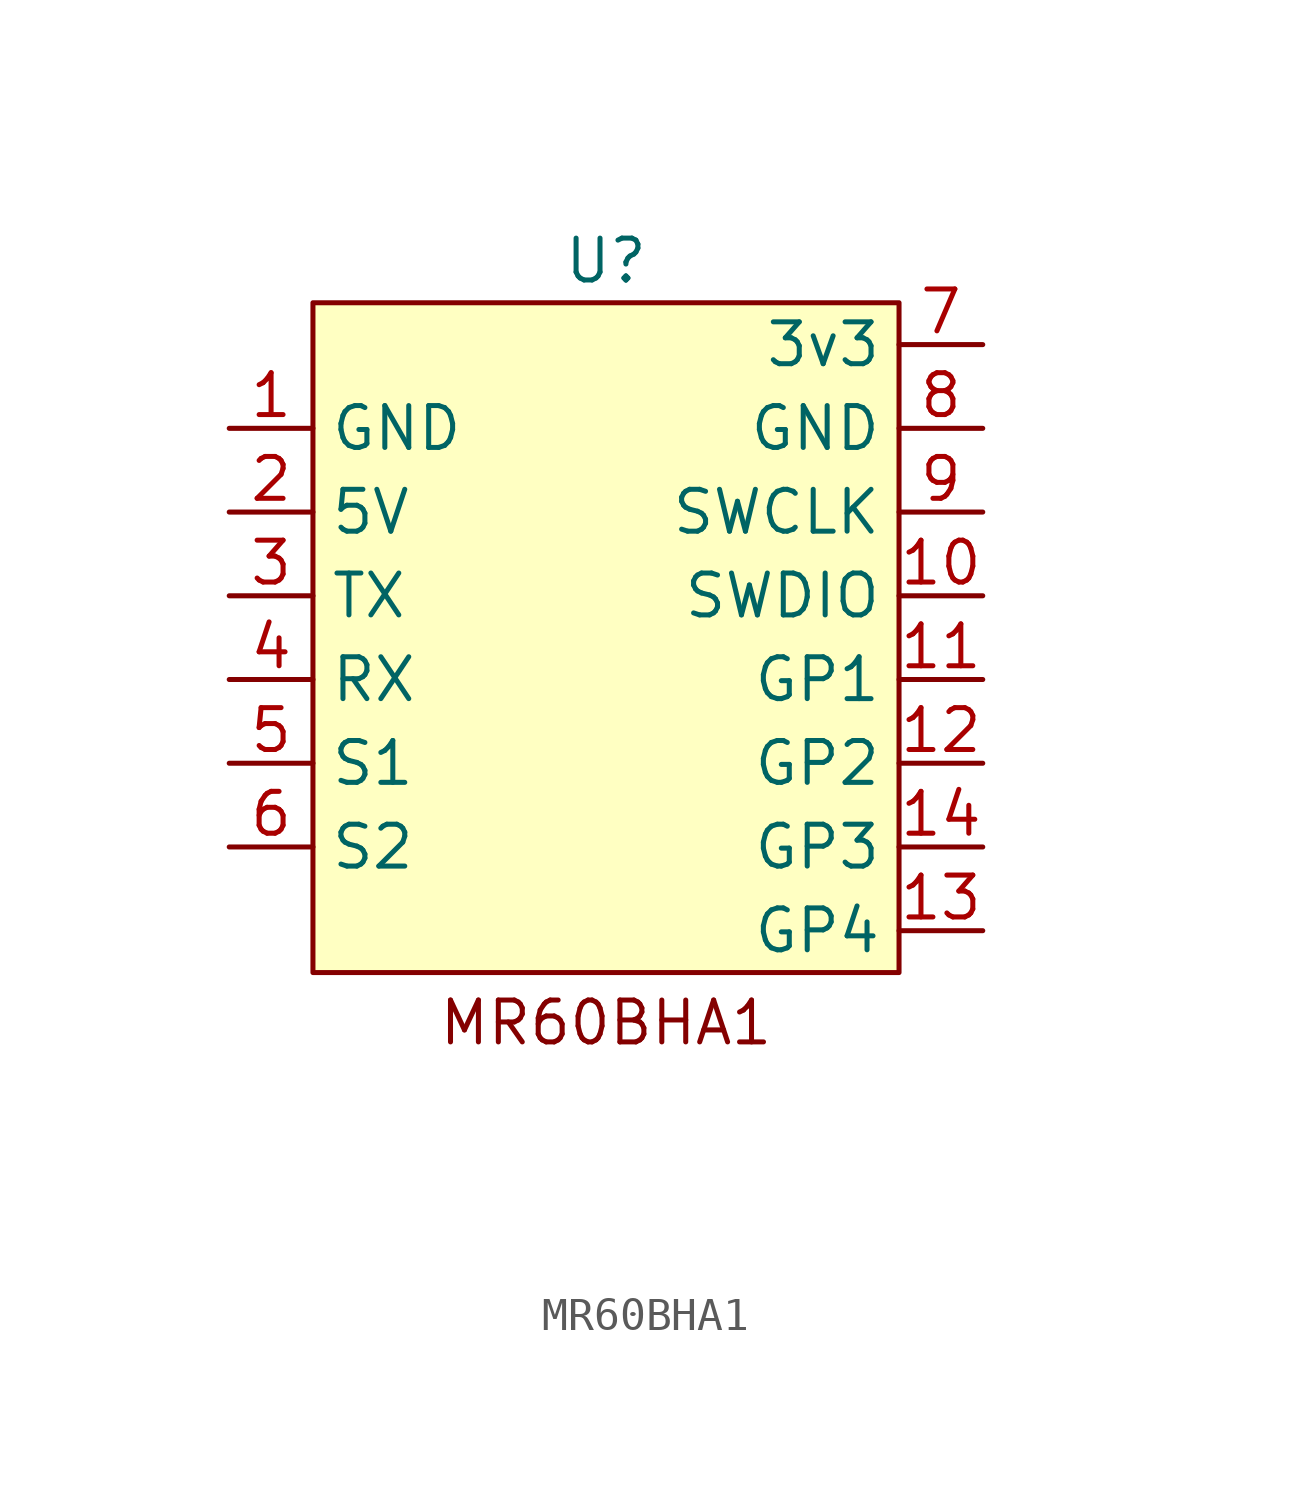
<source format=kicad_sym>
(kicad_symbol_lib
  (version 20231120)
  (generator "kicad_symbol_editor")
  (generator_version "8.0")
  (symbol "MR60BHA1"
    (property "Reference" "U"
      (at 0 11.43 0)
      (effects (font (size 1.27 1.27))))
    (property "Value" ""
      (at 13.97 -16.51 0)
      (effects (font (size 1.27 1.27))))
    (symbol "MR60BHA1_1_1"
      (rectangle (start -8.89 10.16) (end 8.89 -10.16) (stroke (width 0) (type default)) (fill (type background)))
      (text "MR60BHA1" (at 0 -11.684 0) (effects (font (size 1.27 1.27))))
      (pin power_in line (at -11.43 6.35 0) (length 2.54) (name "GND" (effects (font (size 1.27 1.27)))) (number "1" (effects (font (size 1.27 1.27)))))
      (pin bidirectional line (at 11.43 1.27 180) (length 2.54) (name "SWDIO" (effects (font (size 1.27 1.27)))) (number "10" (effects (font (size 1.27 1.27)))))
      (pin bidirectional line (at 11.43 -1.27 180) (length 2.54) (name "GP1" (effects (font (size 1.27 1.27)))) (number "11" (effects (font (size 1.27 1.27)))))
      (pin bidirectional line (at 11.43 -3.81 180) (length 2.54) (name "GP2" (effects (font (size 1.27 1.27)))) (number "12" (effects (font (size 1.27 1.27)))))
      (pin bidirectional line (at 11.43 -8.89 180) (length 2.54) (name "GP4" (effects (font (size 1.27 1.27)))) (number "13" (effects (font (size 1.27 1.27)))))
      (pin bidirectional line (at 11.43 -6.35 180) (length 2.54) (name "GP3" (effects (font (size 1.27 1.27)))) (number "14" (effects (font (size 1.27 1.27)))))
      (pin power_in line (at -11.43 3.81 0) (length 2.54) (name "5V" (effects (font (size 1.27 1.27)))) (number "2" (effects (font (size 1.27 1.27)))))
      (pin output line (at -11.43 1.27 0) (length 2.54) (name "TX" (effects (font (size 1.27 1.27)))) (number "3" (effects (font (size 1.27 1.27)))))
      (pin input line (at -11.43 -1.27 0) (length 2.54) (name "RX" (effects (font (size 1.27 1.27)))) (number "4" (effects (font (size 1.27 1.27)))))
      (pin bidirectional line (at -11.43 -3.81 0) (length 2.54) (name "S1" (effects (font (size 1.27 1.27)))) (number "5" (effects (font (size 1.27 1.27)))))
      (pin bidirectional line (at -11.43 -6.35 0) (length 2.54) (name "S2" (effects (font (size 1.27 1.27)))) (number "6" (effects (font (size 1.27 1.27)))))
      (pin power_in line (at 11.43 8.89 180) (length 2.54) (name "3v3" (effects (font (size 1.27 1.27)))) (number "7" (effects (font (size 1.27 1.27)))))
      (pin power_in line (at 11.43 6.35 180) (length 2.54) (name "GND" (effects (font (size 1.27 1.27)))) (number "8" (effects (font (size 1.27 1.27)))))
      (pin bidirectional line (at 11.43 3.81 180) (length 2.54) (name "SWCLK" (effects (font (size 1.27 1.27)))) (number "9" (effects (font (size 1.27 1.27))))))))
</source>
